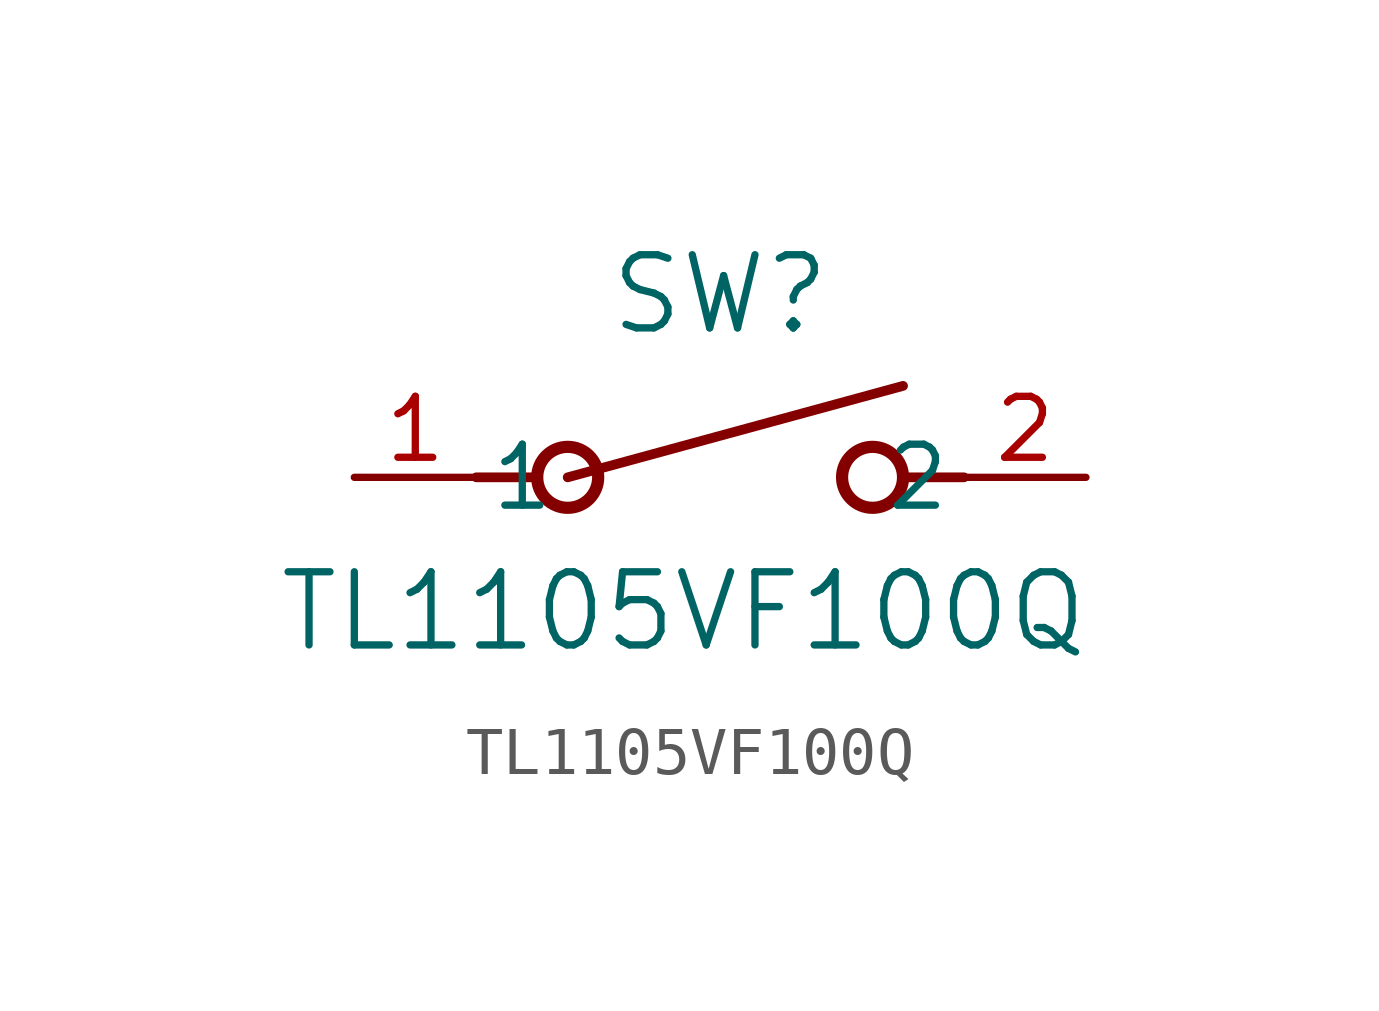
<source format=kicad_sym>
(kicad_symbol_lib
  (version 20231120)
  (generator "kicad_symbol_editor")
  (generator_version "8.0")
  (symbol "TL1105VF100Q"
    (pin_names
      (offset 0.254))
    (property "Reference" "SW"
      (at 7.62 3.81 0)
      (effects (font (size 1.524 1.524))))
    (property "Value" "TL1105VF100Q"
      (at 6.858 -2.794 0)
      (effects (font (size 1.524 1.524))))
    (symbol "TL1105VF100Q_0_1"
      (polyline (pts (xy 2.54 0) (xy 3.81 0)) (stroke (width 0.203) (type default)) (fill (type none)))
      (polyline (pts (xy 4.445 0) (xy 11.43 1.905)) (stroke (width 0.203) (type default)) (fill (type none)))
      (polyline (pts (xy 12.7 0) (xy 11.43 0)) (stroke (width 0.203) (type default)) (fill (type none)))
      (circle (center 4.445 0) (radius 0.635) (stroke (width 0.254) (type default)) (fill (type none)))
      (circle (center 10.795 0) (radius 0.635) (stroke (width 0.254) (type default)) (fill (type none)))
      (pin unspecified line (at 0 0 0) (length 2.54) (name "1" (effects (font (size 1.27 1.27)))) (number "1" (effects (font (size 1.27 1.27)))))
      (pin unspecified line (at 15.24 0 180) (length 2.54) (name "2" (effects (font (size 1.27 1.27)))) (number "2" (effects (font (size 1.27 1.27))))))))
</source>
